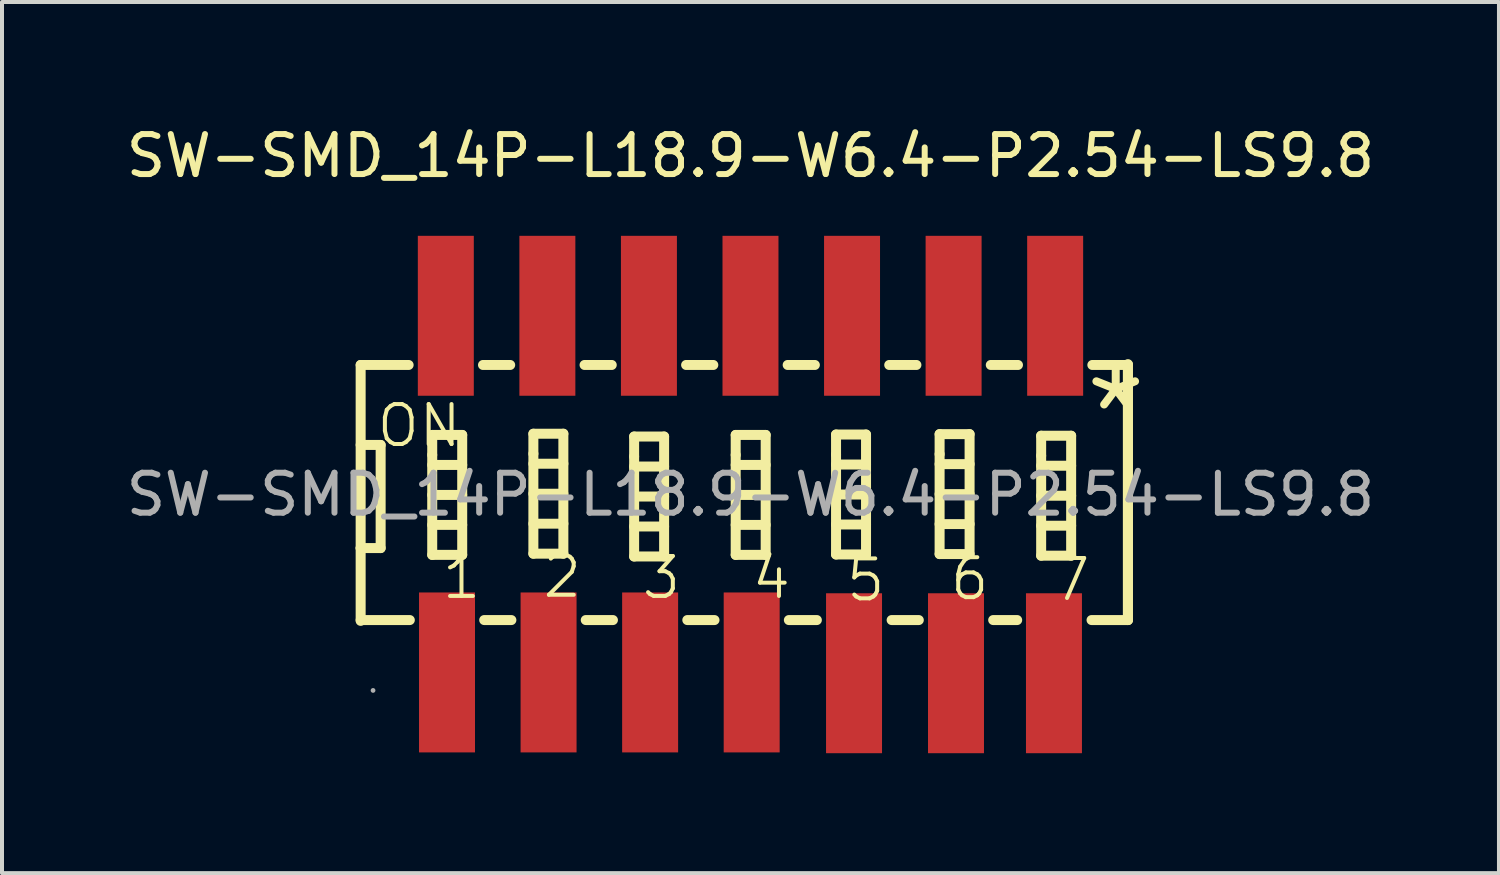
<source format=kicad_pcb>
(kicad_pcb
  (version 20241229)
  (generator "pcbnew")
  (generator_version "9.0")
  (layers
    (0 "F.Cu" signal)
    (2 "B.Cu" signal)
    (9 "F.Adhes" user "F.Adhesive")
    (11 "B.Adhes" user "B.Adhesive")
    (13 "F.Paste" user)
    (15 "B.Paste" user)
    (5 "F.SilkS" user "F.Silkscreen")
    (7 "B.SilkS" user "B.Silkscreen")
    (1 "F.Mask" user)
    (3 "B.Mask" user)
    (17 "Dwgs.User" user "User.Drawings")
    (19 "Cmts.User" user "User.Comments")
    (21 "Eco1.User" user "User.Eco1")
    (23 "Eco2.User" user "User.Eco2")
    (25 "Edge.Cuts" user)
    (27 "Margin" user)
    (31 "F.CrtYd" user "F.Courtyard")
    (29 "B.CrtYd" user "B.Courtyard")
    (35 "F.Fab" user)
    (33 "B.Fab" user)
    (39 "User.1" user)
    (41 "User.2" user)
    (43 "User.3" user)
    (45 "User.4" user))
  (footprint "SW-SMD_14P-L18.9-W6.4-P2.54-LS9.8"
    (layer "F.Cu")
    (at 15.72 9.318)
    (property "Reference" "SW-SMD_14P-L18.9-W6.4-P2.54-LS9.8" (at 0 -8.47 0) (layer "F.SilkS") (effects (font (size 1 1) (thickness 0.15))))
    (attr through_hole)
    (fp_line (start -9.75 -3.24) (end -9.75 3.16) (stroke (width 0.25) (type solid)) (layer "F.SilkS"))
    (fp_line (start -9.75 -3.24) (end -8.55 -3.24) (stroke (width 0.25) (type solid)) (layer "F.SilkS"))
    (fp_line (start -9.75 -1.24) (end -9.25 -1.24) (stroke (width 0.25) (type solid)) (layer "F.SilkS"))
    (fp_line (start -9.75 1.34) (end -9.75 1.34) (stroke (width 0.25) (type solid)) (layer "F.SilkS"))
    (fp_line (start -9.25 -1.24) (end -9.25 1.34) (stroke (width 0.25) (type solid)) (layer "F.SilkS"))
    (fp_line (start -9.25 1.34) (end -9.75 1.34) (stroke (width 0.25) (type solid)) (layer "F.SilkS"))
    (fp_line (start -8.52 3.14) (end -9.75 3.14) (stroke (width 0.25) (type solid)) (layer "F.SilkS"))
    (fp_line (start -7.96 -1.49) (end -7.21 -1.49) (stroke (width 0.25) (type solid)) (layer "F.SilkS"))
    (fp_line (start -7.96 -0.99) (end -7.96 -1.49) (stroke (width 0.25) (type solid)) (layer "F.SilkS"))
    (fp_line (start -7.96 -0.74) (end -7.21 -0.74) (stroke (width 0.25) (type solid)) (layer "F.SilkS"))
    (fp_line (start -7.96 0.01) (end -7.21 0.01) (stroke (width 0.25) (type solid)) (layer "F.SilkS"))
    (fp_line (start -7.96 0.76) (end -7.21 0.76) (stroke (width 0.25) (type solid)) (layer "F.SilkS"))
    (fp_line (start -7.96 1.51) (end -7.96 -0.99) (stroke (width 0.25) (type solid)) (layer "F.SilkS"))
    (fp_line (start -7.21 -1.49) (end -7.21 1.51) (stroke (width 0.25) (type solid)) (layer "F.SilkS"))
    (fp_line (start -7.21 1.51) (end -7.96 1.51) (stroke (width 0.25) (type solid)) (layer "F.SilkS"))
    (fp_line (start -6.69 -3.24) (end -6.01 -3.24) (stroke (width 0.25) (type solid)) (layer "F.SilkS"))
    (fp_line (start -5.98 3.14) (end -6.66 3.14) (stroke (width 0.25) (type solid)) (layer "F.SilkS"))
    (fp_line (start -5.43 -1.52) (end -4.68 -1.52) (stroke (width 0.25) (type solid)) (layer "F.SilkS"))
    (fp_line (start -5.43 -1.02) (end -5.43 -1.52) (stroke (width 0.25) (type solid)) (layer "F.SilkS"))
    (fp_line (start -5.43 -0.77) (end -4.68 -0.77) (stroke (width 0.25) (type solid)) (layer "F.SilkS"))
    (fp_line (start -5.43 -0.02) (end -4.68 -0.02) (stroke (width 0.25) (type solid)) (layer "F.SilkS"))
    (fp_line (start -5.43 0.73) (end -4.68 0.73) (stroke (width 0.25) (type solid)) (layer "F.SilkS"))
    (fp_line (start -5.43 1.48) (end -5.43 -1.02) (stroke (width 0.25) (type solid)) (layer "F.SilkS"))
    (fp_line (start -4.68 -1.52) (end -4.68 1.48) (stroke (width 0.25) (type solid)) (layer "F.SilkS"))
    (fp_line (start -4.68 1.48) (end -5.43 1.48) (stroke (width 0.25) (type solid)) (layer "F.SilkS"))
    (fp_line (start -4.15 -3.24) (end -3.47 -3.24) (stroke (width 0.25) (type solid)) (layer "F.SilkS"))
    (fp_line (start -3.44 3.14) (end -4.12 3.14) (stroke (width 0.25) (type solid)) (layer "F.SilkS"))
    (fp_line (start -2.91 -1.45) (end -2.16 -1.45) (stroke (width 0.25) (type solid)) (layer "F.SilkS"))
    (fp_line (start -2.91 -0.95) (end -2.91 -1.45) (stroke (width 0.25) (type solid)) (layer "F.SilkS"))
    (fp_line (start -2.91 -0.7) (end -2.16 -0.7) (stroke (width 0.25) (type solid)) (layer "F.SilkS"))
    (fp_line (start -2.91 0.05) (end -2.16 0.05) (stroke (width 0.25) (type solid)) (layer "F.SilkS"))
    (fp_line (start -2.91 0.8) (end -2.16 0.8) (stroke (width 0.25) (type solid)) (layer "F.SilkS"))
    (fp_line (start -2.91 1.55) (end -2.91 -0.95) (stroke (width 0.25) (type solid)) (layer "F.SilkS"))
    (fp_line (start -2.16 -1.45) (end -2.16 1.55) (stroke (width 0.25) (type solid)) (layer "F.SilkS"))
    (fp_line (start -2.16 1.55) (end -2.91 1.55) (stroke (width 0.25) (type solid)) (layer "F.SilkS"))
    (fp_line (start -1.61 -3.24) (end -0.93 -3.24) (stroke (width 0.25) (type solid)) (layer "F.SilkS"))
    (fp_line (start -0.9 3.14) (end -1.58 3.14) (stroke (width 0.25) (type solid)) (layer "F.SilkS"))
    (fp_line (start -0.37 -1.49) (end 0.38 -1.49) (stroke (width 0.25) (type solid)) (layer "F.SilkS"))
    (fp_line (start -0.37 -0.99) (end -0.37 -1.49) (stroke (width 0.25) (type solid)) (layer "F.SilkS"))
    (fp_line (start -0.37 -0.74) (end 0.38 -0.74) (stroke (width 0.25) (type solid)) (layer "F.SilkS"))
    (fp_line (start -0.37 0.01) (end 0.38 0.01) (stroke (width 0.25) (type solid)) (layer "F.SilkS"))
    (fp_line (start -0.37 0.76) (end 0.38 0.76) (stroke (width 0.25) (type solid)) (layer "F.SilkS"))
    (fp_line (start -0.37 1.51) (end -0.37 -0.99) (stroke (width 0.25) (type solid)) (layer "F.SilkS"))
    (fp_line (start 0.38 -1.49) (end 0.38 1.51) (stroke (width 0.25) (type solid)) (layer "F.SilkS"))
    (fp_line (start 0.38 1.51) (end -0.37 1.51) (stroke (width 0.25) (type solid)) (layer "F.SilkS"))
    (fp_line (start 0.93 -3.24) (end 1.61 -3.24) (stroke (width 0.25) (type solid)) (layer "F.SilkS"))
    (fp_line (start 1.66 3.14) (end 0.96 3.14) (stroke (width 0.25) (type solid)) (layer "F.SilkS"))
    (fp_line (start 2.14 -1.5) (end 2.89 -1.5) (stroke (width 0.25) (type solid)) (layer "F.SilkS"))
    (fp_line (start 2.14 -1) (end 2.14 -1.5) (stroke (width 0.25) (type solid)) (layer "F.SilkS"))
    (fp_line (start 2.14 -0.75) (end 2.89 -0.75) (stroke (width 0.25) (type solid)) (layer "F.SilkS"))
    (fp_line (start 2.14 0) (end 2.89 0) (stroke (width 0.25) (type solid)) (layer "F.SilkS"))
    (fp_line (start 2.14 0.75) (end 2.89 0.75) (stroke (width 0.25) (type solid)) (layer "F.SilkS"))
    (fp_line (start 2.14 1.5) (end 2.14 -1) (stroke (width 0.25) (type solid)) (layer "F.SilkS"))
    (fp_line (start 2.89 -1.5) (end 2.89 1.5) (stroke (width 0.25) (type solid)) (layer "F.SilkS"))
    (fp_line (start 2.89 1.5) (end 2.14 1.5) (stroke (width 0.25) (type solid)) (layer "F.SilkS"))
    (fp_line (start 3.47 -3.24) (end 4.15 -3.24) (stroke (width 0.25) (type solid)) (layer "F.SilkS"))
    (fp_line (start 4.21 3.14) (end 3.53 3.14) (stroke (width 0.25) (type solid)) (layer "F.SilkS"))
    (fp_line (start 4.73 -1.51) (end 5.48 -1.51) (stroke (width 0.25) (type solid)) (layer "F.SilkS"))
    (fp_line (start 4.73 -1.01) (end 4.73 -1.51) (stroke (width 0.25) (type solid)) (layer "F.SilkS"))
    (fp_line (start 4.73 -0.76) (end 5.48 -0.76) (stroke (width 0.25) (type solid)) (layer "F.SilkS"))
    (fp_line (start 4.73 -0.01) (end 5.48 -0.01) (stroke (width 0.25) (type solid)) (layer "F.SilkS"))
    (fp_line (start 4.73 0.74) (end 5.48 0.74) (stroke (width 0.25) (type solid)) (layer "F.SilkS"))
    (fp_line (start 4.73 1.49) (end 4.73 -1.01) (stroke (width 0.25) (type solid)) (layer "F.SilkS"))
    (fp_line (start 5.48 -1.51) (end 5.48 1.49) (stroke (width 0.25) (type solid)) (layer "F.SilkS"))
    (fp_line (start 5.48 1.49) (end 4.73 1.49) (stroke (width 0.25) (type solid)) (layer "F.SilkS"))
    (fp_line (start 6.01 -3.24) (end 6.69 -3.24) (stroke (width 0.25) (type solid)) (layer "F.SilkS"))
    (fp_line (start 6.67 3.14) (end 6.07 3.14) (stroke (width 0.25) (type solid)) (layer "F.SilkS"))
    (fp_line (start 7.27 -1.47) (end 8.02 -1.47) (stroke (width 0.25) (type solid)) (layer "F.SilkS"))
    (fp_line (start 7.27 -0.97) (end 7.27 -1.47) (stroke (width 0.25) (type solid)) (layer "F.SilkS"))
    (fp_line (start 7.27 -0.72) (end 8.02 -0.72) (stroke (width 0.25) (type solid)) (layer "F.SilkS"))
    (fp_line (start 7.27 0.03) (end 8.02 0.03) (stroke (width 0.25) (type solid)) (layer "F.SilkS"))
    (fp_line (start 7.27 0.78) (end 8.02 0.78) (stroke (width 0.25) (type solid)) (layer "F.SilkS"))
    (fp_line (start 7.27 1.53) (end 7.27 -0.97) (stroke (width 0.25) (type solid)) (layer "F.SilkS"))
    (fp_line (start 8.02 -1.47) (end 8.02 1.53) (stroke (width 0.25) (type solid)) (layer "F.SilkS"))
    (fp_line (start 8.02 1.53) (end 7.27 1.53) (stroke (width 0.25) (type solid)) (layer "F.SilkS"))
    (fp_line (start 8.55 -3.24) (end 9.44 -3.24) (stroke (width 0.25) (type solid)) (layer "F.SilkS"))
    (fp_line (start 9.44 -3.26) (end 9.44 3.14) (stroke (width 0.25) (type solid)) (layer "F.SilkS"))
    (fp_line (start 9.44 -3.24) (end 9.44 3.14) (stroke (width 0.25) (type solid)) (layer "F.SilkS"))
    (fp_line (start 9.44 3.14) (end 8.53 3.14) (stroke (width 0.25) (type solid)) (layer "F.SilkS"))
    (fp_circle (center -9.44 4.9) (end -9.41 4.9) (stroke (width 0.06) (type solid)) (fill no) (layer "F.Fab"))
    (fp_text user "7" (at 7.47 2.13 0) (layer "F.SilkS") (effects (font (size 1 1) (thickness 0.1)) (justify left)))
    (fp_text user "*" (at 8.23 -2.02 0) (layer "F.SilkS") (effects (font (size 2.03 2.03) (thickness 0.2)) (justify left)))
    (fp_text user "3" (at -2.77 2.08 0) (layer "F.SilkS") (effects (font (size 1 1) (thickness 0.1)) (justify left)))
    (fp_text user "2" (at -5.25 2.05 0) (layer "F.SilkS") (effects (font (size 1 1) (thickness 0.1)) (justify left)))
    (fp_text user "4" (at -0.02 2.08 0) (layer "F.SilkS") (effects (font (size 1 1) (thickness 0.1)) (justify left)))
    (fp_text user "1" (at -7.77 2.08 0) (layer "F.SilkS") (effects (font (size 1 1) (thickness 0.1)) (justify left)))
    (fp_text user "ON" (at -9.4 -1.72 0) (layer "F.SilkS") (effects (font (size 1 1) (thickness 0.1)) (justify left)))
    (fp_text user "6" (at 4.94 2.11 0) (layer "F.SilkS") (effects (font (size 1 1) (thickness 0.1)) (justify left)))
    (fp_text user "5" (at 2.34 2.14 0) (layer "F.SilkS") (effects (font (size 1 1) (thickness 0.1)) (justify left)))
    (fp_text user "${REFERENCE}" (at 0 0 0) (layer "F.Fab") (effects (font (size 1 1) (thickness 0.15))))
    (pad "1" smd rect (at -7.59 4.45 180) (size 1.4 4) (layers "F.Cu" "F.Mask" "F.Paste"))
    (pad "2" smd rect (at -5.05 4.45 180) (size 1.4 4) (layers "F.Cu" "F.Mask" "F.Paste"))
    (pad "3" smd rect (at -2.51 4.45 180) (size 1.4 4) (layers "F.Cu" "F.Mask" "F.Paste"))
    (pad "4" smd rect (at 0.03 4.45 180) (size 1.4 4) (layers "F.Cu" "F.Mask" "F.Paste"))
    (pad "5" smd rect (at 2.59 4.47) (size 1.4 4) (layers "F.Cu" "F.Mask" "F.Paste"))
    (pad "6" smd rect (at 5.14 4.47) (size 1.4 4) (layers "F.Cu" "F.Mask" "F.Paste"))
    (pad "7" smd rect (at 7.59 4.47) (size 1.4 4) (layers "F.Cu" "F.Mask" "F.Paste"))
    (pad "8" smd rect (at 7.62 -4.47) (size 1.4 4) (layers "F.Cu" "F.Mask" "F.Paste"))
    (pad "9" smd rect (at 5.08 -4.47) (size 1.4 4) (layers "F.Cu" "F.Mask" "F.Paste"))
    (pad "10" smd rect (at 2.54 -4.47) (size 1.4 4) (layers "F.Cu" "F.Mask" "F.Paste"))
    (pad "11" smd rect (at 0 -4.47) (size 1.4 4) (layers "F.Cu" "F.Mask" "F.Paste"))
    (pad "12" smd rect (at -2.54 -4.47) (size 1.4 4) (layers "F.Cu" "F.Mask" "F.Paste"))
    (pad "13" smd rect (at -5.08 -4.47) (size 1.4 4) (layers "F.Cu" "F.Mask" "F.Paste"))
    (pad "14" smd rect (at -7.62 -4.47) (size 1.4 4) (layers "F.Cu" "F.Mask" "F.Paste")))
  (gr_rect
    (start -3 -3)
    (end 34.44 18.788)
    (stroke (width 0.1) (type default))
    (fill no)
    (layer "Edge.Cuts")))
</source>
